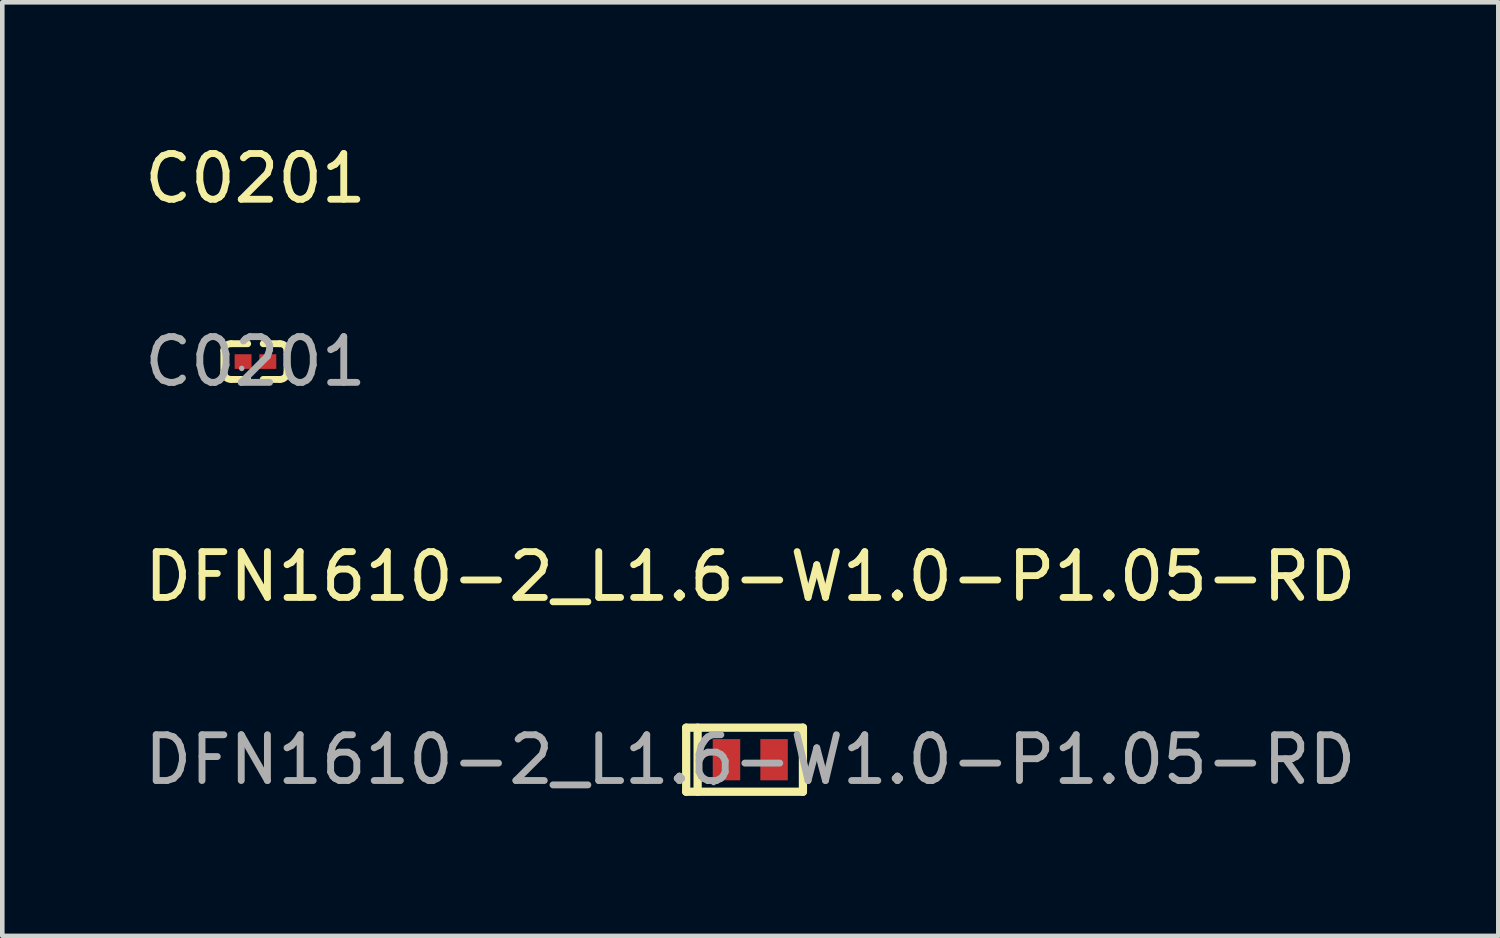
<source format=kicad_pcb>
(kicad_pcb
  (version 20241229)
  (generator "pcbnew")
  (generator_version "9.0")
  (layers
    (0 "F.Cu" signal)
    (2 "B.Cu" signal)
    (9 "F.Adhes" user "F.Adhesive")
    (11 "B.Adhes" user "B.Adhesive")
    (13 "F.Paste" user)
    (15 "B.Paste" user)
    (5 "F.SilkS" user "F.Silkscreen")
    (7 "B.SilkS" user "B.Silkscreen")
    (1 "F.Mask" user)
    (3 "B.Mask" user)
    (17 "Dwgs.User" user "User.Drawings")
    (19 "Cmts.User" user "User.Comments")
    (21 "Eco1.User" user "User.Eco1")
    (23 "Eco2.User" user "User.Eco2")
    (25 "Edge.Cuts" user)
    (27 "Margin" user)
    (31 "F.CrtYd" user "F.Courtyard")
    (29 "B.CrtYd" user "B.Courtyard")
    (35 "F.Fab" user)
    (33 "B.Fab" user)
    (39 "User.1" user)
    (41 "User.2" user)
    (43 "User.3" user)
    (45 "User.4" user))
  (footprint "C0201"
    (layer "F.Cu")
    (at 2.53 4.848)
    (property "Reference" "C0201" (at 0 -4 0) (layer "F.SilkS") (effects (font (size 1 1) (thickness 0.15))))
    (attr through_hole)
    (fp_line (start -0.69 0.24) (end -0.69 -0.24) (stroke (width 0.15) (type solid)) (layer "F.SilkS"))
    (fp_line (start -0.53 -0.39) (end -0.17 -0.39) (stroke (width 0.15) (type solid)) (layer "F.SilkS"))
    (fp_line (start -0.17 0.39) (end -0.53 0.39) (stroke (width 0.15) (type solid)) (layer "F.SilkS"))
    (fp_line (start 0.17 0.39) (end 0.53 0.39) (stroke (width 0.15) (type solid)) (layer "F.SilkS"))
    (fp_line (start 0.53 -0.39) (end 0.17 -0.39) (stroke (width 0.15) (type solid)) (layer "F.SilkS"))
    (fp_line (start 0.69 0.24) (end 0.69 -0.24) (stroke (width 0.15) (type solid)) (layer "F.SilkS"))
    (fp_arc (start -0.690333 -0.239643) (mid -0.642836 -0.349658) (end -0.53 -0.39) (stroke (width 0.15) (type solid)) (layer "F.SilkS"))
    (fp_arc (start -0.529667 0.389644) (mid -0.642348 0.349659) (end -0.69 0.24) (stroke (width 0.15) (type solid)) (layer "F.SilkS"))
    (fp_arc (start 0.53 -0.39) (mid 0.642835 -0.349658) (end 0.690333 -0.239643) (stroke (width 0.15) (type solid)) (layer "F.SilkS"))
    (fp_arc (start 0.69 0.24) (mid 0.642348 0.349658) (end 0.529667 0.389644) (stroke (width 0.15) (type solid)) (layer "F.SilkS"))
    (fp_circle (center -0.3 0.15) (end -0.27 0.15) (stroke (width 0.06) (type solid)) (fill no) (layer "F.Fab"))
    (fp_text user "${REFERENCE}" (at 0 0 0) (layer "F.Fab") (effects (font (size 1 1) (thickness 0.15))))
    (pad "1" smd rect (at -0.27 0) (size 0.37 0.32) (layers "F.Cu" "F.Mask" "F.Paste"))
    (pad "2" smd rect (at 0.27 0) (size 0.37 0.32) (layers "F.Cu" "F.Mask" "F.Paste")))
  (footprint "DFN1610-2_L1.6-W1.0-P1.05-RD"
    (layer "F.Cu")
    (at 13.339 13.545)
    (property "Reference" "DFN1610-2_L1.6-W1.0-P1.05-RD" (at 0 -4 0) (layer "F.SilkS") (effects (font (size 1 1) (thickness 0.15))))
    (attr smd)
    (fp_line (start -1.4 -0.7) (end -1.4 0.7) (stroke (width 0.18) (type solid)) (layer "F.SilkS"))
    (fp_line (start -1.4 -0.7) (end 1.15 -0.7) (stroke (width 0.18) (type solid)) (layer "F.SilkS"))
    (fp_line (start -1.4 0.7) (end 1.15 0.7) (stroke (width 0.18) (type solid)) (layer "F.SilkS"))
    (fp_line (start -1.15 -0.7) (end -1.15 0.7) (stroke (width 0.18) (type solid)) (layer "F.SilkS"))
    (fp_line (start 1.15 -0.7) (end 1.15 0.7) (stroke (width 0.18) (type solid)) (layer "F.SilkS"))
    (fp_circle (center -0.8 0.5) (end -0.77 0.5) (stroke (width 0.06) (type solid)) (fill no) (layer "F.Fab"))
    (fp_text user "${REFERENCE}" (at 0 0 0) (layer "F.Fab") (effects (font (size 1 1) (thickness 0.15))))
    (pad "1" smd rect (at -0.52 0 90) (size 0.9 0.6) (layers "F.Cu" "F.Mask" "F.Paste"))
    (pad "2" smd rect (at 0.52 0 90) (size 0.9 0.6) (layers "F.Cu" "F.Mask" "F.Paste")))
  (gr_rect
    (start -3 -3)
    (end 29.679 17.393)
    (stroke (width 0.1) (type default))
    (fill no)
    (layer "Edge.Cuts")))
</source>
